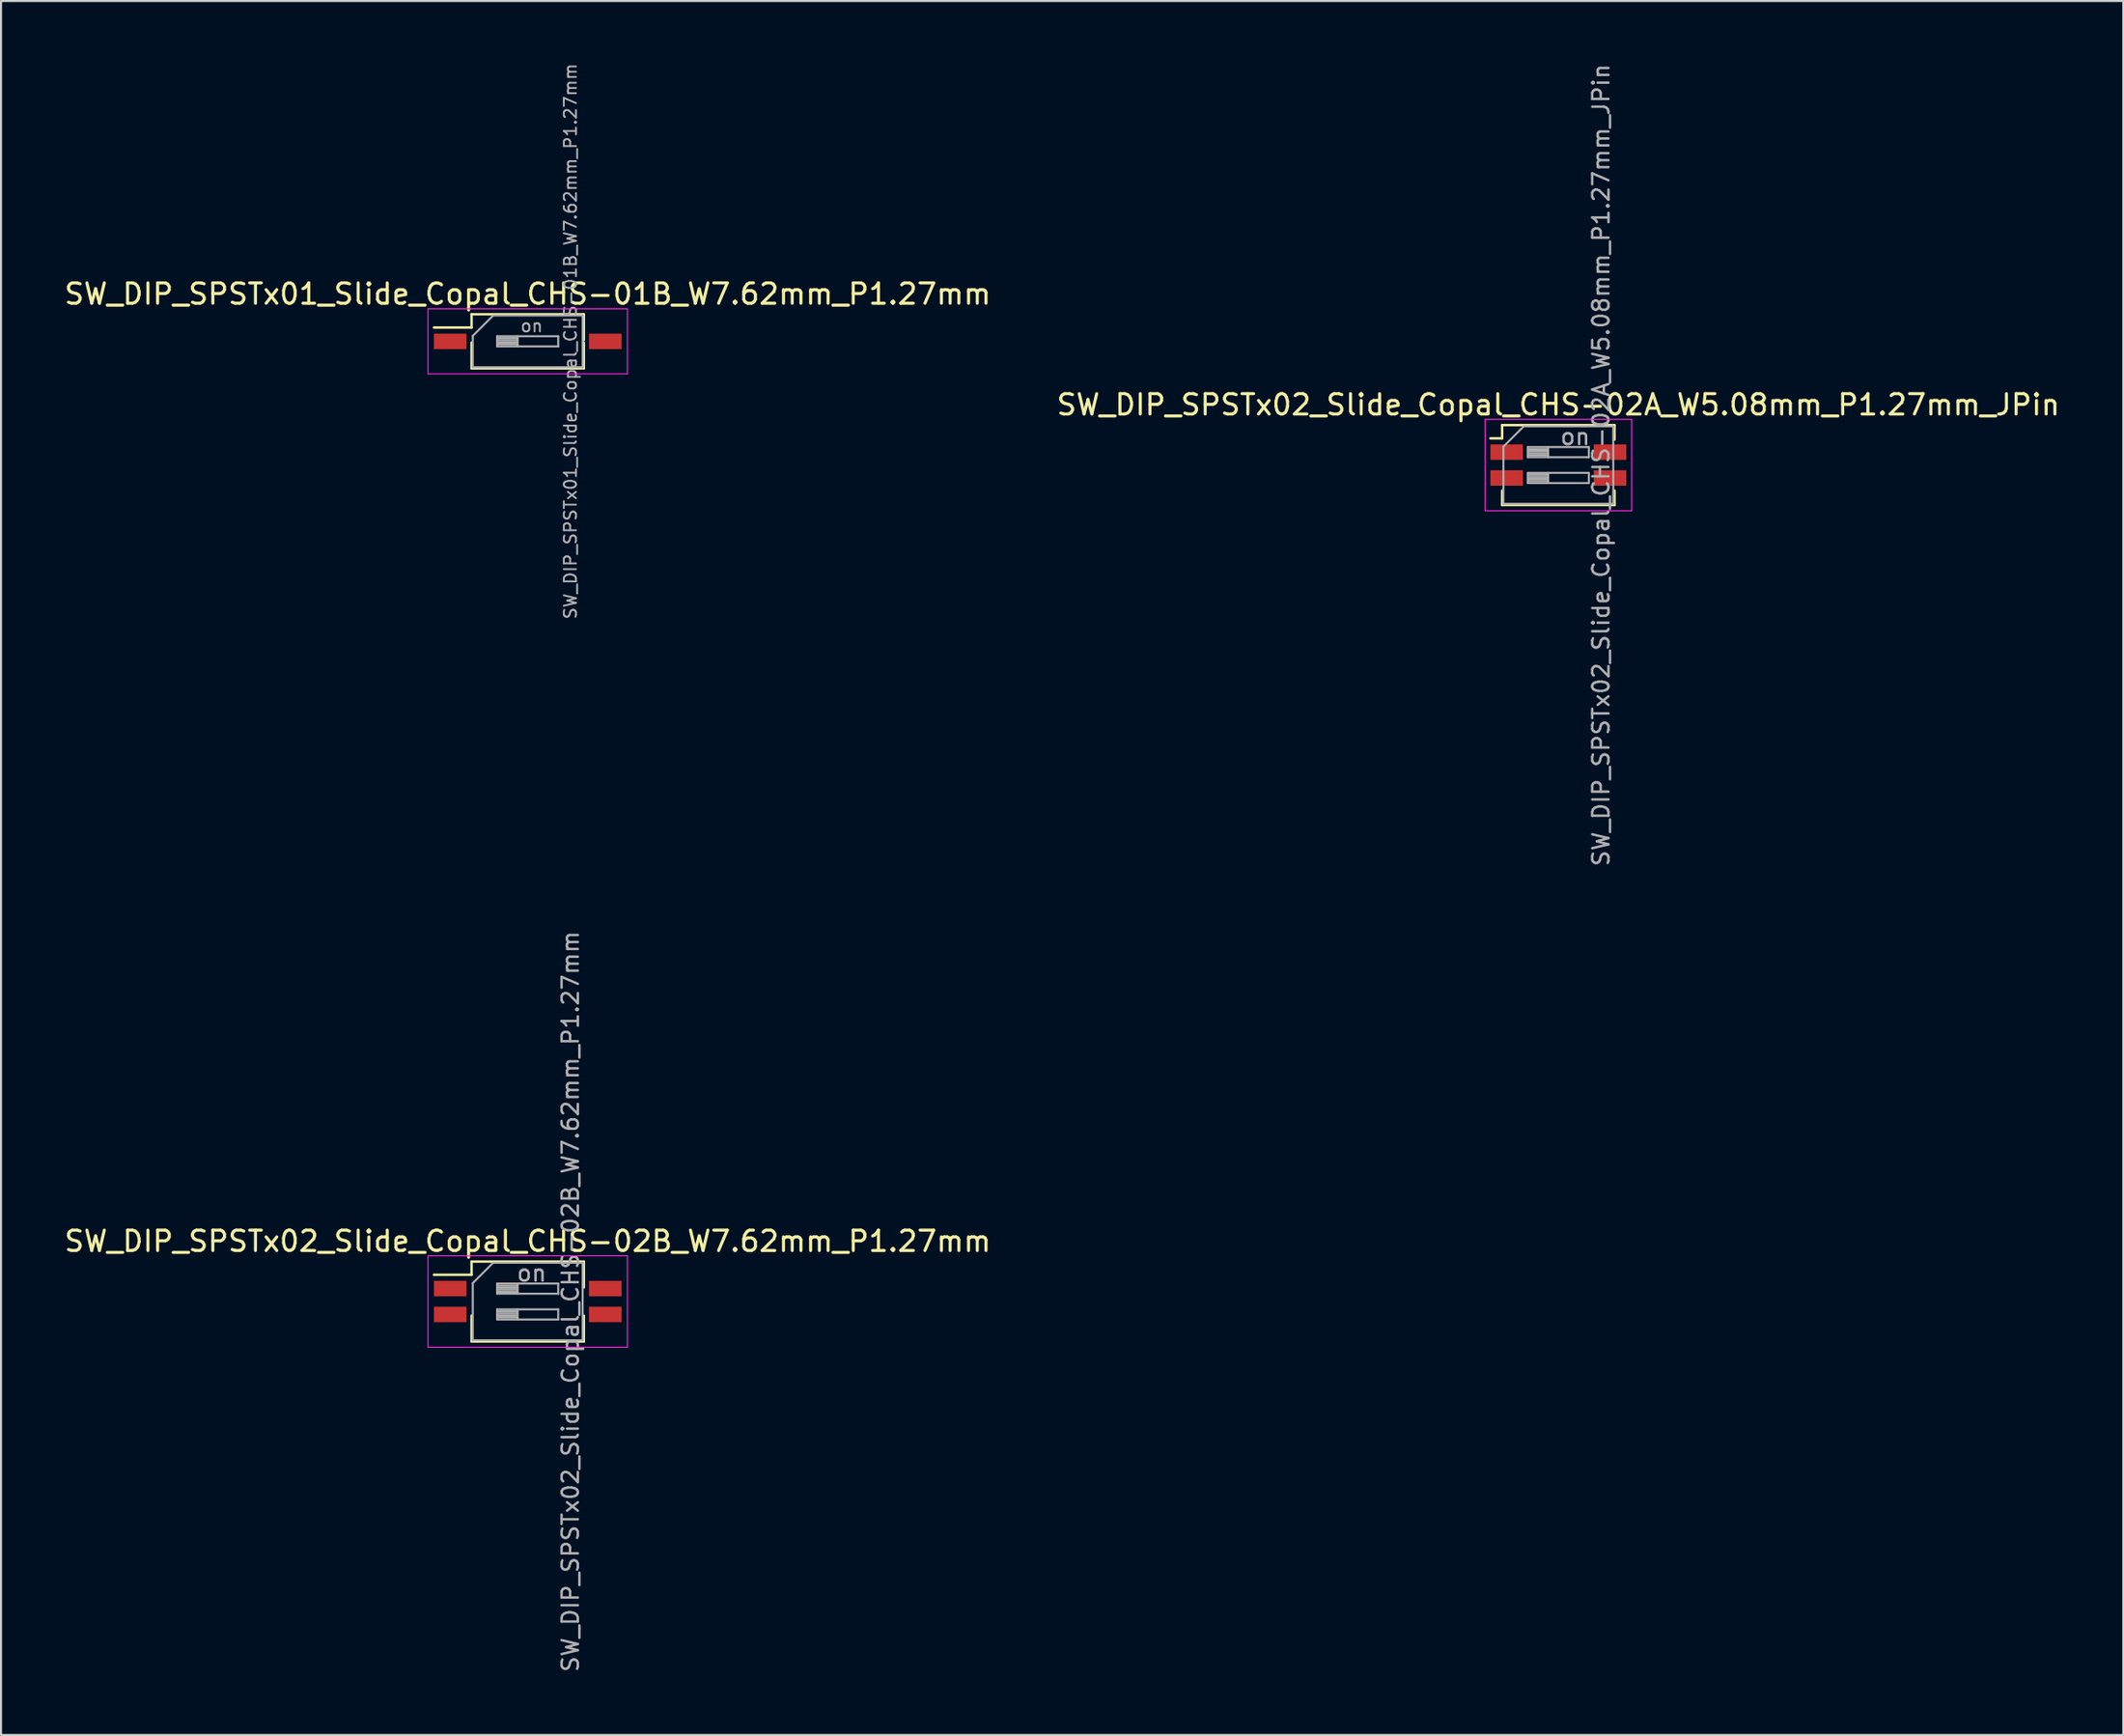
<source format=kicad_pcb>
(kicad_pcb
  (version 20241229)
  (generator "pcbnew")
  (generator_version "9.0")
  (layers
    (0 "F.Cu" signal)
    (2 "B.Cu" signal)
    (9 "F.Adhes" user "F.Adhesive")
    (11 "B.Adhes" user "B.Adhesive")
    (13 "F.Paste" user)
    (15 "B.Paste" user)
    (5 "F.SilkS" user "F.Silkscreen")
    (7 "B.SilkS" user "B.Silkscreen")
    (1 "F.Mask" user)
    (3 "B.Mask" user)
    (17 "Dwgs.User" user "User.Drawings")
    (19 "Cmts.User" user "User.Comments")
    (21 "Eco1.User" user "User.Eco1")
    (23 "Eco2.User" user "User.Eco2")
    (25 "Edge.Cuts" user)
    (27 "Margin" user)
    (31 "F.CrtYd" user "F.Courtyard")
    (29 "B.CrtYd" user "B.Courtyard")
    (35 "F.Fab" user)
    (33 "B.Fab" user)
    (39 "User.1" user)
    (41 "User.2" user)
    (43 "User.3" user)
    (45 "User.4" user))
  (footprint "SW_DIP_SPSTx02_Slide_Copal_CHS-02A_W5.08mm_P1.27mm_JPin"
    (layer "F.Cu")
    (at 73.542 19.814)
    (property "Reference" "SW_DIP_SPSTx02_Slide_Copal_CHS-02A_W5.08mm_P1.27mm_JPin" (at 0 -2.965 0) (layer "F.SilkS") (effects (font (size 1 1) (thickness 0.15))))
    (attr smd)
    (fp_line (start -3.34 -1.315) (end -2.761 -1.315) (stroke (width 0.12) (type solid)) (layer "F.SilkS"))
    (fp_line (start -2.761 -1.965) (end -2.761 -1.315) (stroke (width 0.12) (type solid)) (layer "F.SilkS"))
    (fp_line (start -2.761 -1.965) (end 2.76 -1.965) (stroke (width 0.12) (type solid)) (layer "F.SilkS"))
    (fp_line (start -2.761 1.255) (end -2.761 1.965) (stroke (width 0.12) (type solid)) (layer "F.SilkS"))
    (fp_line (start -2.761 1.965) (end 2.76 1.965) (stroke (width 0.12) (type solid)) (layer "F.SilkS"))
    (fp_line (start 2.76 -1.965) (end 2.76 -1.255) (stroke (width 0.12) (type solid)) (layer "F.SilkS"))
    (fp_line (start 2.76 1.255) (end 2.76 1.965) (stroke (width 0.12) (type solid)) (layer "F.SilkS"))
    (fp_line (start -3.6 -2.25) (end -3.6 2.25) (stroke (width 0.05) (type solid)) (layer "F.CrtYd"))
    (fp_line (start -3.6 2.25) (end 3.6 2.25) (stroke (width 0.05) (type solid)) (layer "F.CrtYd"))
    (fp_line (start 3.6 -2.25) (end -3.6 -2.25) (stroke (width 0.05) (type solid)) (layer "F.CrtYd"))
    (fp_line (start 3.6 2.25) (end 3.6 -2.25) (stroke (width 0.05) (type solid)) (layer "F.CrtYd"))
    (fp_line (start -2.7 -0.905) (end -1.7 -1.905) (stroke (width 0.1) (type solid)) (layer "F.Fab"))
    (fp_line (start -2.7 1.905) (end -2.7 -0.905) (stroke (width 0.1) (type solid)) (layer "F.Fab"))
    (fp_line (start -1.7 -1.905) (end 2.7 -1.905) (stroke (width 0.1) (type solid)) (layer "F.Fab"))
    (fp_line (start -1.5 -0.885) (end -1.5 -0.385) (stroke (width 0.1) (type solid)) (layer "F.Fab"))
    (fp_line (start -1.5 -0.785) (end -0.5 -0.785) (stroke (width 0.1) (type solid)) (layer "F.Fab"))
    (fp_line (start -1.5 -0.685) (end -0.5 -0.685) (stroke (width 0.1) (type solid)) (layer "F.Fab"))
    (fp_line (start -1.5 -0.585) (end -0.5 -0.585) (stroke (width 0.1) (type solid)) (layer "F.Fab"))
    (fp_line (start -1.5 -0.485) (end -0.5 -0.485) (stroke (width 0.1) (type solid)) (layer "F.Fab"))
    (fp_line (start -1.5 -0.385) (end 1.5 -0.385) (stroke (width 0.1) (type solid)) (layer "F.Fab"))
    (fp_line (start -1.5 0.385) (end -1.5 0.885) (stroke (width 0.1) (type solid)) (layer "F.Fab"))
    (fp_line (start -1.5 0.485) (end -0.5 0.485) (stroke (width 0.1) (type solid)) (layer "F.Fab"))
    (fp_line (start -1.5 0.585) (end -0.5 0.585) (stroke (width 0.1) (type solid)) (layer "F.Fab"))
    (fp_line (start -1.5 0.685) (end -0.5 0.685) (stroke (width 0.1) (type solid)) (layer "F.Fab"))
    (fp_line (start -1.5 0.785) (end -0.5 0.785) (stroke (width 0.1) (type solid)) (layer "F.Fab"))
    (fp_line (start -1.5 0.885) (end 1.5 0.885) (stroke (width 0.1) (type solid)) (layer "F.Fab"))
    (fp_line (start -0.5 -0.885) (end -0.5 -0.385) (stroke (width 0.1) (type solid)) (layer "F.Fab"))
    (fp_line (start -0.5 0.385) (end -0.5 0.885) (stroke (width 0.1) (type solid)) (layer "F.Fab"))
    (fp_line (start 1.5 -0.885) (end -1.5 -0.885) (stroke (width 0.1) (type solid)) (layer "F.Fab"))
    (fp_line (start 1.5 -0.385) (end 1.5 -0.885) (stroke (width 0.1) (type solid)) (layer "F.Fab"))
    (fp_line (start 1.5 0.385) (end -1.5 0.385) (stroke (width 0.1) (type solid)) (layer "F.Fab"))
    (fp_line (start 1.5 0.885) (end 1.5 0.385) (stroke (width 0.1) (type solid)) (layer "F.Fab"))
    (fp_line (start 2.7 -1.905) (end 2.7 1.905) (stroke (width 0.1) (type solid)) (layer "F.Fab"))
    (fp_line (start 2.7 1.905) (end -2.7 1.905) (stroke (width 0.1) (type solid)) (layer "F.Fab"))
    (fp_text user "${REFERENCE}" (at 2.1 0 90) (layer "F.Fab") (effects (font (size 0.8 0.8) (thickness 0.12))))
    (fp_text user "on" (at 0.83 -1.395 0) (layer "F.Fab") (effects (font (size 0.8 0.8) (thickness 0.12))))
    (pad "1" smd rect (at -2.54 -0.635) (size 1.6 0.76) (layers "F.Cu" "F.Mask" "F.Paste"))
    (pad "2" smd rect (at -2.54 0.635) (size 1.6 0.76) (layers "F.Cu" "F.Mask" "F.Paste"))
    (pad "3" smd rect (at 2.54 0.635) (size 1.6 0.76) (layers "F.Cu" "F.Mask" "F.Paste"))
    (pad "4" smd rect (at 2.54 -0.635) (size 1.6 0.76) (layers "F.Cu" "F.Mask" "F.Paste")))
  (footprint "SW_DIP_SPSTx02_Slide_Copal_CHS-02B_W7.62mm_P1.27mm"
    (layer "F.Cu")
    (at 22.887 60.938)
    (property "Reference" "SW_DIP_SPSTx02_Slide_Copal_CHS-02B_W7.62mm_P1.27mm" (at 0 -2.965 0) (layer "F.SilkS") (effects (font (size 1 1) (thickness 0.15))))
    (attr smd)
    (fp_line (start -4.61 -1.315) (end -2.76 -1.315) (stroke (width 0.12) (type solid)) (layer "F.SilkS"))
    (fp_line (start -2.76 -1.965) (end -2.76 -1.315) (stroke (width 0.12) (type solid)) (layer "F.SilkS"))
    (fp_line (start -2.76 -1.965) (end 2.76 -1.965) (stroke (width 0.12) (type solid)) (layer "F.SilkS"))
    (fp_line (start -2.76 0.695) (end -2.76 1.965) (stroke (width 0.12) (type solid)) (layer "F.SilkS"))
    (fp_line (start -2.76 1.965) (end 2.76 1.965) (stroke (width 0.12) (type solid)) (layer "F.SilkS"))
    (fp_line (start 2.76 -1.965) (end 2.76 -0.696) (stroke (width 0.12) (type solid)) (layer "F.SilkS"))
    (fp_line (start 2.76 0.695) (end 2.76 1.965) (stroke (width 0.12) (type solid)) (layer "F.SilkS"))
    (fp_line (start -4.9 -2.25) (end -4.9 2.25) (stroke (width 0.05) (type solid)) (layer "F.CrtYd"))
    (fp_line (start -4.9 2.25) (end 4.9 2.25) (stroke (width 0.05) (type solid)) (layer "F.CrtYd"))
    (fp_line (start 4.9 -2.25) (end -4.9 -2.25) (stroke (width 0.05) (type solid)) (layer "F.CrtYd"))
    (fp_line (start 4.9 2.25) (end 4.9 -2.25) (stroke (width 0.05) (type solid)) (layer "F.CrtYd"))
    (fp_line (start -2.7 -0.905) (end -1.7 -1.905) (stroke (width 0.1) (type solid)) (layer "F.Fab"))
    (fp_line (start -2.7 1.905) (end -2.7 -0.905) (stroke (width 0.1) (type solid)) (layer "F.Fab"))
    (fp_line (start -1.7 -1.905) (end 2.7 -1.905) (stroke (width 0.1) (type solid)) (layer "F.Fab"))
    (fp_line (start -1.5 -0.885) (end -1.5 -0.385) (stroke (width 0.1) (type solid)) (layer "F.Fab"))
    (fp_line (start -1.5 -0.785) (end -0.5 -0.785) (stroke (width 0.1) (type solid)) (layer "F.Fab"))
    (fp_line (start -1.5 -0.685) (end -0.5 -0.685) (stroke (width 0.1) (type solid)) (layer "F.Fab"))
    (fp_line (start -1.5 -0.585) (end -0.5 -0.585) (stroke (width 0.1) (type solid)) (layer "F.Fab"))
    (fp_line (start -1.5 -0.485) (end -0.5 -0.485) (stroke (width 0.1) (type solid)) (layer "F.Fab"))
    (fp_line (start -1.5 -0.385) (end 1.5 -0.385) (stroke (width 0.1) (type solid)) (layer "F.Fab"))
    (fp_line (start -1.5 0.385) (end -1.5 0.885) (stroke (width 0.1) (type solid)) (layer "F.Fab"))
    (fp_line (start -1.5 0.485) (end -0.5 0.485) (stroke (width 0.1) (type solid)) (layer "F.Fab"))
    (fp_line (start -1.5 0.585) (end -0.5 0.585) (stroke (width 0.1) (type solid)) (layer "F.Fab"))
    (fp_line (start -1.5 0.685) (end -0.5 0.685) (stroke (width 0.1) (type solid)) (layer "F.Fab"))
    (fp_line (start -1.5 0.785) (end -0.5 0.785) (stroke (width 0.1) (type solid)) (layer "F.Fab"))
    (fp_line (start -1.5 0.885) (end 1.5 0.885) (stroke (width 0.1) (type solid)) (layer "F.Fab"))
    (fp_line (start -0.5 -0.885) (end -0.5 -0.385) (stroke (width 0.1) (type solid)) (layer "F.Fab"))
    (fp_line (start -0.5 0.385) (end -0.5 0.885) (stroke (width 0.1) (type solid)) (layer "F.Fab"))
    (fp_line (start 1.5 -0.885) (end -1.5 -0.885) (stroke (width 0.1) (type solid)) (layer "F.Fab"))
    (fp_line (start 1.5 -0.385) (end 1.5 -0.885) (stroke (width 0.1) (type solid)) (layer "F.Fab"))
    (fp_line (start 1.5 0.385) (end -1.5 0.385) (stroke (width 0.1) (type solid)) (layer "F.Fab"))
    (fp_line (start 1.5 0.885) (end 1.5 0.385) (stroke (width 0.1) (type solid)) (layer "F.Fab"))
    (fp_line (start 2.7 -1.905) (end 2.7 1.905) (stroke (width 0.1) (type solid)) (layer "F.Fab"))
    (fp_line (start 2.7 1.905) (end -2.7 1.905) (stroke (width 0.1) (type solid)) (layer "F.Fab"))
    (fp_text user "${REFERENCE}" (at 2.1 0 90) (layer "F.Fab") (effects (font (size 0.8 0.8) (thickness 0.12))))
    (fp_text user "on" (at 0.195 -1.395 0) (layer "F.Fab") (effects (font (size 0.8 0.8) (thickness 0.12))))
    (pad "1" smd rect (at -3.81 -0.635) (size 1.6 0.76) (layers "F.Cu" "F.Mask" "F.Paste"))
    (pad "2" smd rect (at -3.81 0.635) (size 1.6 0.76) (layers "F.Cu" "F.Mask" "F.Paste"))
    (pad "3" smd rect (at 3.81 0.635) (size 1.6 0.76) (layers "F.Cu" "F.Mask" "F.Paste"))
    (pad "4" smd rect (at 3.81 -0.635) (size 1.6 0.76) (layers "F.Cu" "F.Mask" "F.Paste")))
  (footprint "SW_DIP_SPSTx01_Slide_Copal_CHS-01B_W7.62mm_P1.27mm"
    (layer "F.Cu")
    (at 22.887 13.732)
    (property "Reference" "SW_DIP_SPSTx01_Slide_Copal_CHS-01B_W7.62mm_P1.27mm" (at 0 -2.33 0) (layer "F.SilkS") (effects (font (size 1 1) (thickness 0.15))))
    (attr smd)
    (fp_line (start -4.61 -0.68) (end -2.76 -0.68) (stroke (width 0.12) (type solid)) (layer "F.SilkS"))
    (fp_line (start -2.76 -1.33) (end -2.76 -0.68) (stroke (width 0.12) (type solid)) (layer "F.SilkS"))
    (fp_line (start -2.76 -1.33) (end 2.76 -1.33) (stroke (width 0.12) (type solid)) (layer "F.SilkS"))
    (fp_line (start -2.76 0.061) (end -2.76 1.33) (stroke (width 0.12) (type solid)) (layer "F.SilkS"))
    (fp_line (start -2.76 1.33) (end 2.76 1.33) (stroke (width 0.12) (type solid)) (layer "F.SilkS"))
    (fp_line (start 2.76 -1.33) (end 2.76 -0.061) (stroke (width 0.12) (type solid)) (layer "F.SilkS"))
    (fp_line (start 2.76 0.061) (end 2.76 1.33) (stroke (width 0.12) (type solid)) (layer "F.SilkS"))
    (fp_line (start -4.9 -1.6) (end -4.9 1.6) (stroke (width 0.05) (type solid)) (layer "F.CrtYd"))
    (fp_line (start -4.9 1.6) (end 4.9 1.6) (stroke (width 0.05) (type solid)) (layer "F.CrtYd"))
    (fp_line (start 4.9 -1.6) (end -4.9 -1.6) (stroke (width 0.05) (type solid)) (layer "F.CrtYd"))
    (fp_line (start 4.9 1.6) (end 4.9 -1.6) (stroke (width 0.05) (type solid)) (layer "F.CrtYd"))
    (fp_line (start -2.7 -0.27) (end -1.7 -1.27) (stroke (width 0.1) (type solid)) (layer "F.Fab"))
    (fp_line (start -2.7 1.27) (end -2.7 -0.27) (stroke (width 0.1) (type solid)) (layer "F.Fab"))
    (fp_line (start -1.7 -1.27) (end 2.7 -1.27) (stroke (width 0.1) (type solid)) (layer "F.Fab"))
    (fp_line (start -1.5 -0.25) (end -1.5 0.25) (stroke (width 0.1) (type solid)) (layer "F.Fab"))
    (fp_line (start -1.5 -0.15) (end -0.5 -0.15) (stroke (width 0.1) (type solid)) (layer "F.Fab"))
    (fp_line (start -1.5 -0.05) (end -0.5 -0.05) (stroke (width 0.1) (type solid)) (layer "F.Fab"))
    (fp_line (start -1.5 0.05) (end -0.5 0.05) (stroke (width 0.1) (type solid)) (layer "F.Fab"))
    (fp_line (start -1.5 0.15) (end -0.5 0.15) (stroke (width 0.1) (type solid)) (layer "F.Fab"))
    (fp_line (start -1.5 0.25) (end 1.5 0.25) (stroke (width 0.1) (type solid)) (layer "F.Fab"))
    (fp_line (start -0.5 -0.25) (end -0.5 0.25) (stroke (width 0.1) (type solid)) (layer "F.Fab"))
    (fp_line (start 1.5 -0.25) (end -1.5 -0.25) (stroke (width 0.1) (type solid)) (layer "F.Fab"))
    (fp_line (start 1.5 0.25) (end 1.5 -0.25) (stroke (width 0.1) (type solid)) (layer "F.Fab"))
    (fp_line (start 2.7 -1.27) (end 2.7 1.27) (stroke (width 0.1) (type solid)) (layer "F.Fab"))
    (fp_line (start 2.7 1.27) (end -2.7 1.27) (stroke (width 0.1) (type solid)) (layer "F.Fab"))
    (fp_text user "on" (at 0.195 -0.76 0) (layer "F.Fab") (effects (font (size 0.6 0.6) (thickness 0.09))))
    (fp_text user "${REFERENCE}" (at 2.1 0 90) (layer "F.Fab") (effects (font (size 0.6 0.6) (thickness 0.09))))
    (pad "1" smd rect (at -3.81 0) (size 1.6 0.76) (layers "F.Cu" "F.Mask" "F.Paste"))
    (pad "2" smd rect (at 3.81 0) (size 1.6 0.76) (layers "F.Cu" "F.Mask" "F.Paste")))
  (gr_rect
    (start -3 -3)
    (end 101.31 82.248)
    (stroke (width 0.1) (type default))
    (fill no)
    (layer "Edge.Cuts")))
</source>
